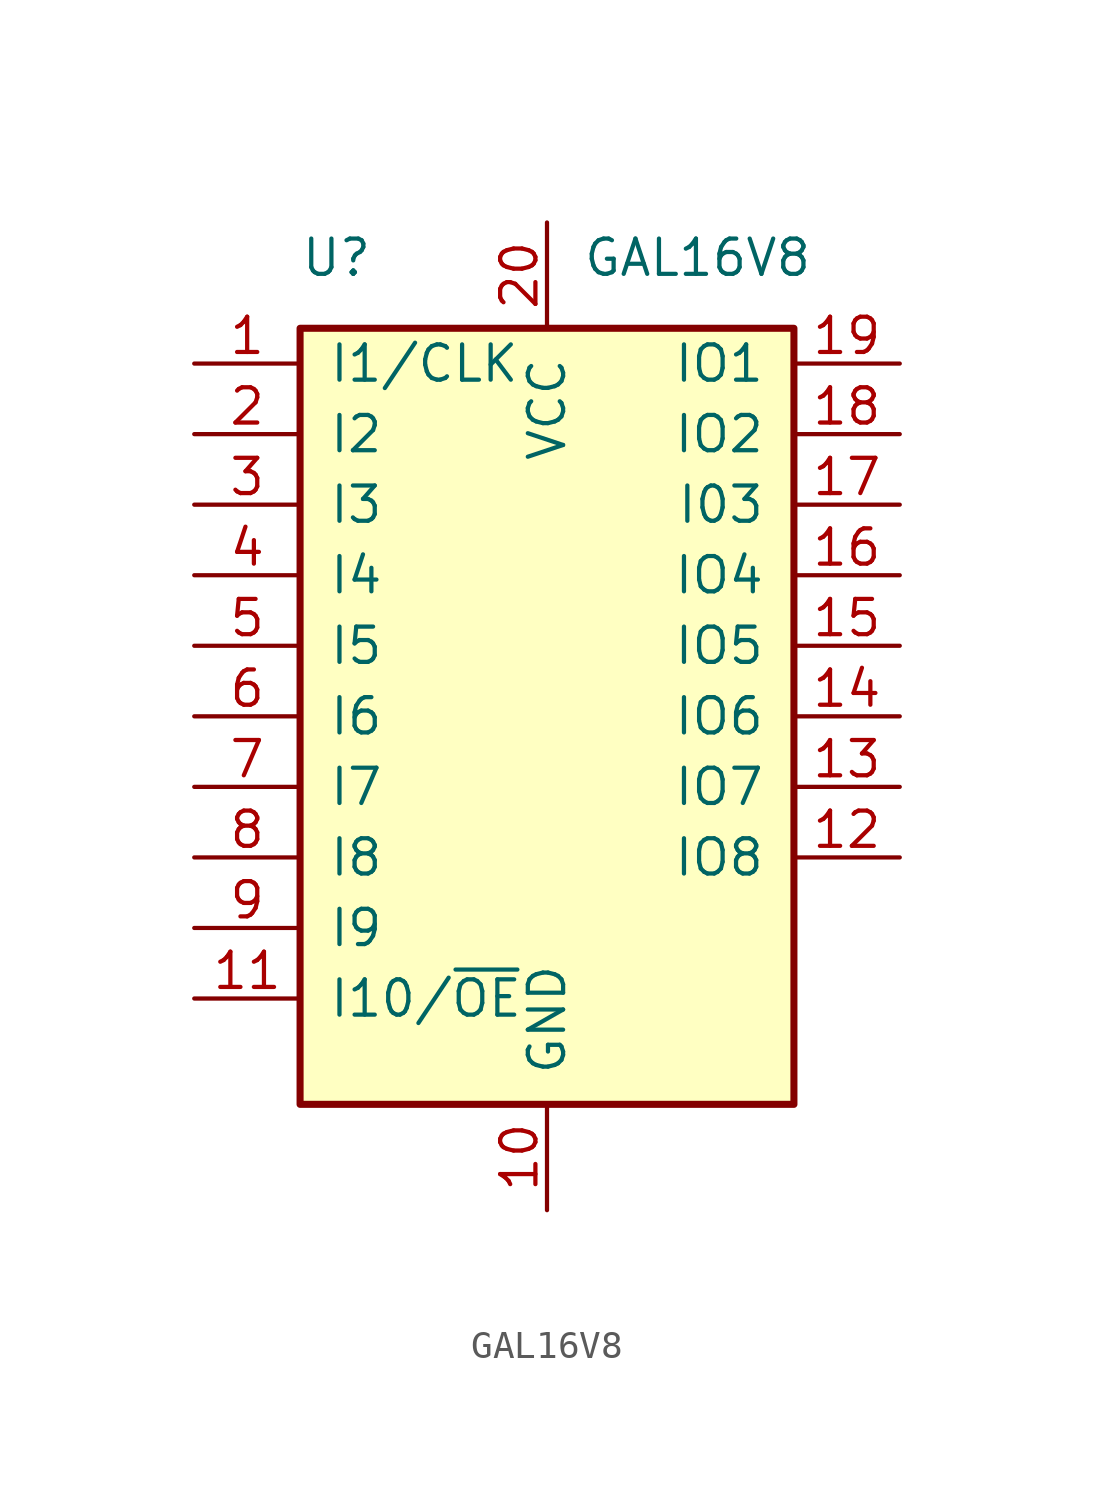
<source format=kicad_sym>
(kicad_symbol_lib
  (version 20201005)
  (generator kicad_symbol_editor)
  (symbol "GAL16V8"
    (pin_names
      (offset 1.016))
    (property "Reference" "U"
      (at -8.89 16.51 0)
      (effects (font (size 1.27 1.27)) (justify left)))
    (property "Value" "GAL16V8"
      (at 1.27 16.51 0)
      (effects (font (size 1.27 1.27)) (justify left)))
    (symbol "GAL16V8_0_0"
      (pin power_in line (at 0 -17.78 90) (length 3.81) (name "GND" (effects (font (size 1.27 1.27)))) (number "10" (effects (font (size 1.27 1.27)))))
      (pin power_in line (at 0 17.78 270) (length 3.81) (name "VCC" (effects (font (size 1.27 1.27)))) (number "20" (effects (font (size 1.27 1.27))))))
    (symbol "GAL16V8_0_1"
      (rectangle (start -8.89 13.97) (end 8.89 -13.97) (stroke (width 0.254)) (fill (type background))))
    (symbol "GAL16V8_1_1"
      (pin input line (at -12.7 12.7 0) (length 3.81) (name "I1/CLK" (effects (font (size 1.27 1.27)))) (number "1" (effects (font (size 1.27 1.27)))))
      (pin input line (at -12.7 -10.16 0) (length 3.81) (name "I10/~OE~" (effects (font (size 1.27 1.27)))) (number "11" (effects (font (size 1.27 1.27)))))
      (pin tri_state line (at 12.7 -5.08 180) (length 3.81) (name "IO8" (effects (font (size 1.27 1.27)))) (number "12" (effects (font (size 1.27 1.27)))))
      (pin tri_state line (at 12.7 -2.54 180) (length 3.81) (name "IO7" (effects (font (size 1.27 1.27)))) (number "13" (effects (font (size 1.27 1.27)))))
      (pin tri_state line (at 12.7 0 180) (length 3.81) (name "IO6" (effects (font (size 1.27 1.27)))) (number "14" (effects (font (size 1.27 1.27)))))
      (pin tri_state line (at 12.7 2.54 180) (length 3.81) (name "IO5" (effects (font (size 1.27 1.27)))) (number "15" (effects (font (size 1.27 1.27)))))
      (pin tri_state line (at 12.7 5.08 180) (length 3.81) (name "IO4" (effects (font (size 1.27 1.27)))) (number "16" (effects (font (size 1.27 1.27)))))
      (pin tri_state line (at 12.7 7.62 180) (length 3.81) (name "I03" (effects (font (size 1.27 1.27)))) (number "17" (effects (font (size 1.27 1.27)))))
      (pin tri_state line (at 12.7 10.16 180) (length 3.81) (name "IO2" (effects (font (size 1.27 1.27)))) (number "18" (effects (font (size 1.27 1.27)))))
      (pin tri_state line (at 12.7 12.7 180) (length 3.81) (name "IO1" (effects (font (size 1.27 1.27)))) (number "19" (effects (font (size 1.27 1.27)))))
      (pin input line (at -12.7 10.16 0) (length 3.81) (name "I2" (effects (font (size 1.27 1.27)))) (number "2" (effects (font (size 1.27 1.27)))))
      (pin input line (at -12.7 7.62 0) (length 3.81) (name "I3" (effects (font (size 1.27 1.27)))) (number "3" (effects (font (size 1.27 1.27)))))
      (pin input line (at -12.7 5.08 0) (length 3.81) (name "I4" (effects (font (size 1.27 1.27)))) (number "4" (effects (font (size 1.27 1.27)))))
      (pin input line (at -12.7 2.54 0) (length 3.81) (name "I5" (effects (font (size 1.27 1.27)))) (number "5" (effects (font (size 1.27 1.27)))))
      (pin input line (at -12.7 0 0) (length 3.81) (name "I6" (effects (font (size 1.27 1.27)))) (number "6" (effects (font (size 1.27 1.27)))))
      (pin input line (at -12.7 -2.54 0) (length 3.81) (name "I7" (effects (font (size 1.27 1.27)))) (number "7" (effects (font (size 1.27 1.27)))))
      (pin input line (at -12.7 -5.08 0) (length 3.81) (name "I8" (effects (font (size 1.27 1.27)))) (number "8" (effects (font (size 1.27 1.27)))))
      (pin input line (at -12.7 -7.62 0) (length 3.81) (name "I9" (effects (font (size 1.27 1.27)))) (number "9" (effects (font (size 1.27 1.27))))))))
</source>
